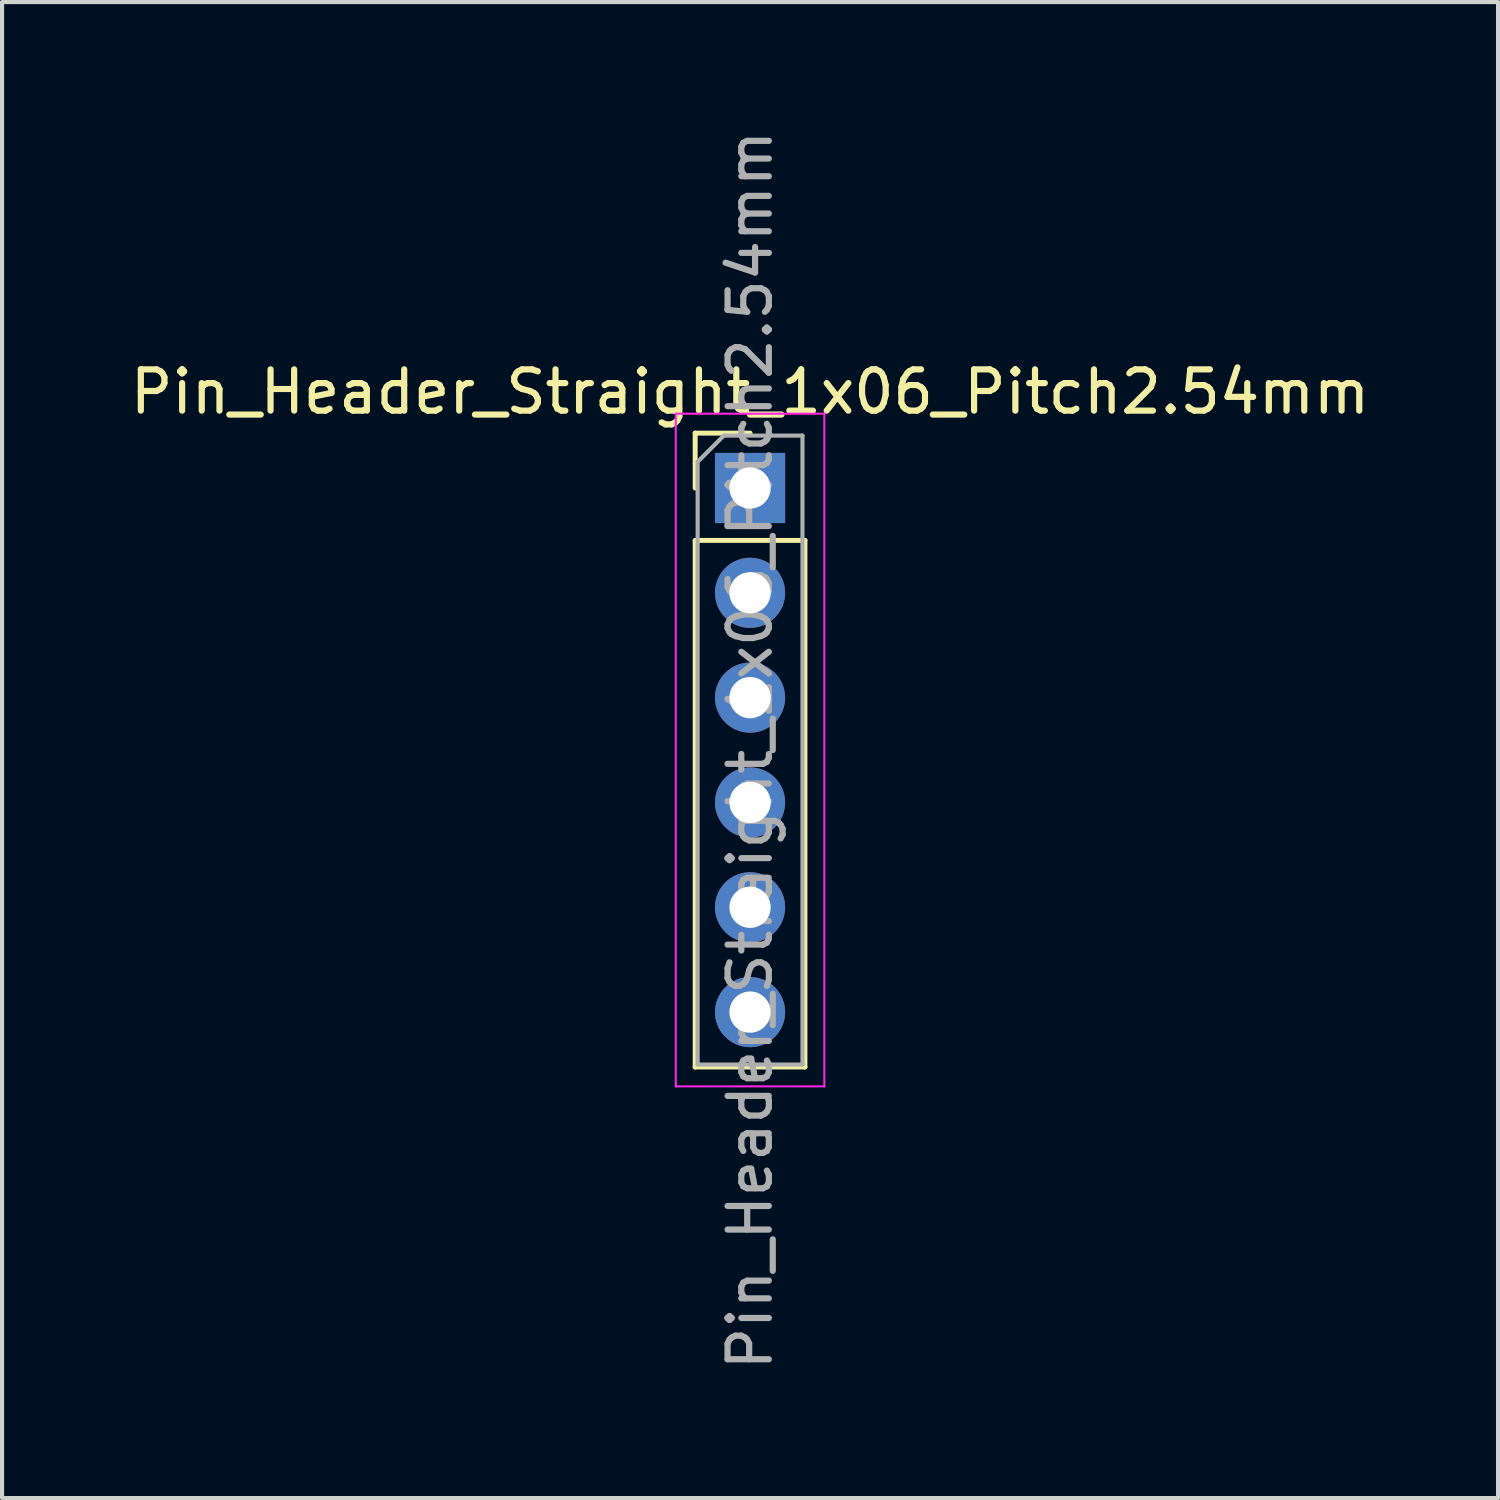
<source format=kicad_pcb>
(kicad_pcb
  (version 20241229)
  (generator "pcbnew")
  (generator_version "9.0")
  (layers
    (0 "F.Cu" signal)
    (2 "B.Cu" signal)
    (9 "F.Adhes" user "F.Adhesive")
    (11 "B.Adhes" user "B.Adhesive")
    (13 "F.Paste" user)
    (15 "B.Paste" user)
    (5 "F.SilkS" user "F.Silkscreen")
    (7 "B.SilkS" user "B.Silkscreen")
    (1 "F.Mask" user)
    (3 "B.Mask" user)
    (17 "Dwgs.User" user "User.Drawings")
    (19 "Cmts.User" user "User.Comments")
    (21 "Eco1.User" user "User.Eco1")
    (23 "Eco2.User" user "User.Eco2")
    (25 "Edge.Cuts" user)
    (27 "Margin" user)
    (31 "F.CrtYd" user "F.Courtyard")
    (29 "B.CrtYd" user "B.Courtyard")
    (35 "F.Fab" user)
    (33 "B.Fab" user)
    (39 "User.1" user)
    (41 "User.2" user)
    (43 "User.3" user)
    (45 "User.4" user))
  (footprint "Pin_Header_Straight_1x06_Pitch2.54mm"
    (layer "F.Cu")
    (at 15.125 8.775)
    (property "Reference" "Pin_Header_Straight_1x06_Pitch2.54mm" (at 0 -2.33 0) (layer "F.SilkS") (effects (font (size 1 1) (thickness 0.15))))
    (attr through_hole)
    (fp_line (start -1.33 -1.33) (end 0 -1.33) (stroke (width 0.12) (type solid)) (layer "F.SilkS"))
    (fp_line (start -1.33 0) (end -1.33 -1.33) (stroke (width 0.12) (type solid)) (layer "F.SilkS"))
    (fp_line (start -1.33 1.27) (end -1.33 14.03) (stroke (width 0.12) (type solid)) (layer "F.SilkS"))
    (fp_line (start -1.33 1.27) (end 1.33 1.27) (stroke (width 0.12) (type solid)) (layer "F.SilkS"))
    (fp_line (start -1.33 14.03) (end 1.33 14.03) (stroke (width 0.12) (type solid)) (layer "F.SilkS"))
    (fp_line (start 1.33 1.27) (end 1.33 14.03) (stroke (width 0.12) (type solid)) (layer "F.SilkS"))
    (fp_line (start -1.8 -1.8) (end -1.8 14.5) (stroke (width 0.05) (type solid)) (layer "F.CrtYd"))
    (fp_line (start -1.8 14.5) (end 1.8 14.5) (stroke (width 0.05) (type solid)) (layer "F.CrtYd"))
    (fp_line (start 1.8 -1.8) (end -1.8 -1.8) (stroke (width 0.05) (type solid)) (layer "F.CrtYd"))
    (fp_line (start 1.8 14.5) (end 1.8 -1.8) (stroke (width 0.05) (type solid)) (layer "F.CrtYd"))
    (fp_line (start -1.27 -0.635) (end -0.635 -1.27) (stroke (width 0.1) (type solid)) (layer "F.Fab"))
    (fp_line (start -1.27 13.97) (end -1.27 -0.635) (stroke (width 0.1) (type solid)) (layer "F.Fab"))
    (fp_line (start -0.635 -1.27) (end 1.27 -1.27) (stroke (width 0.1) (type solid)) (layer "F.Fab"))
    (fp_line (start 1.27 -1.27) (end 1.27 13.97) (stroke (width 0.1) (type solid)) (layer "F.Fab"))
    (fp_line (start 1.27 13.97) (end -1.27 13.97) (stroke (width 0.1) (type solid)) (layer "F.Fab"))
    (fp_text user "${REFERENCE}" (at 0 6.35 90) (layer "F.Fab") (effects (font (size 1 1) (thickness 0.15))))
    (pad "1" thru_hole rect (at 0 0) (size 1.7 1.7) (drill 1) (layers "*.Cu" "*.Mask"))
    (pad "2" thru_hole oval (at 0 2.54) (size 1.7 1.7) (drill 1) (layers "*.Cu" "*.Mask"))
    (pad "3" thru_hole oval (at 0 5.08) (size 1.7 1.7) (drill 1) (layers "*.Cu" "*.Mask"))
    (pad "4" thru_hole oval (at 0 7.62) (size 1.7 1.7) (drill 1) (layers "*.Cu" "*.Mask"))
    (pad "5" thru_hole oval (at 0 10.16) (size 1.7 1.7) (drill 1) (layers "*.Cu" "*.Mask"))
    (pad "6" thru_hole oval (at 0 12.7) (size 1.7 1.7) (drill 1) (layers "*.Cu" "*.Mask")))
  (gr_rect
    (start -3 -3)
    (end 33.25 33.25)
    (stroke (width 0.1) (type default))
    (fill no)
    (layer "Edge.Cuts")))
</source>
